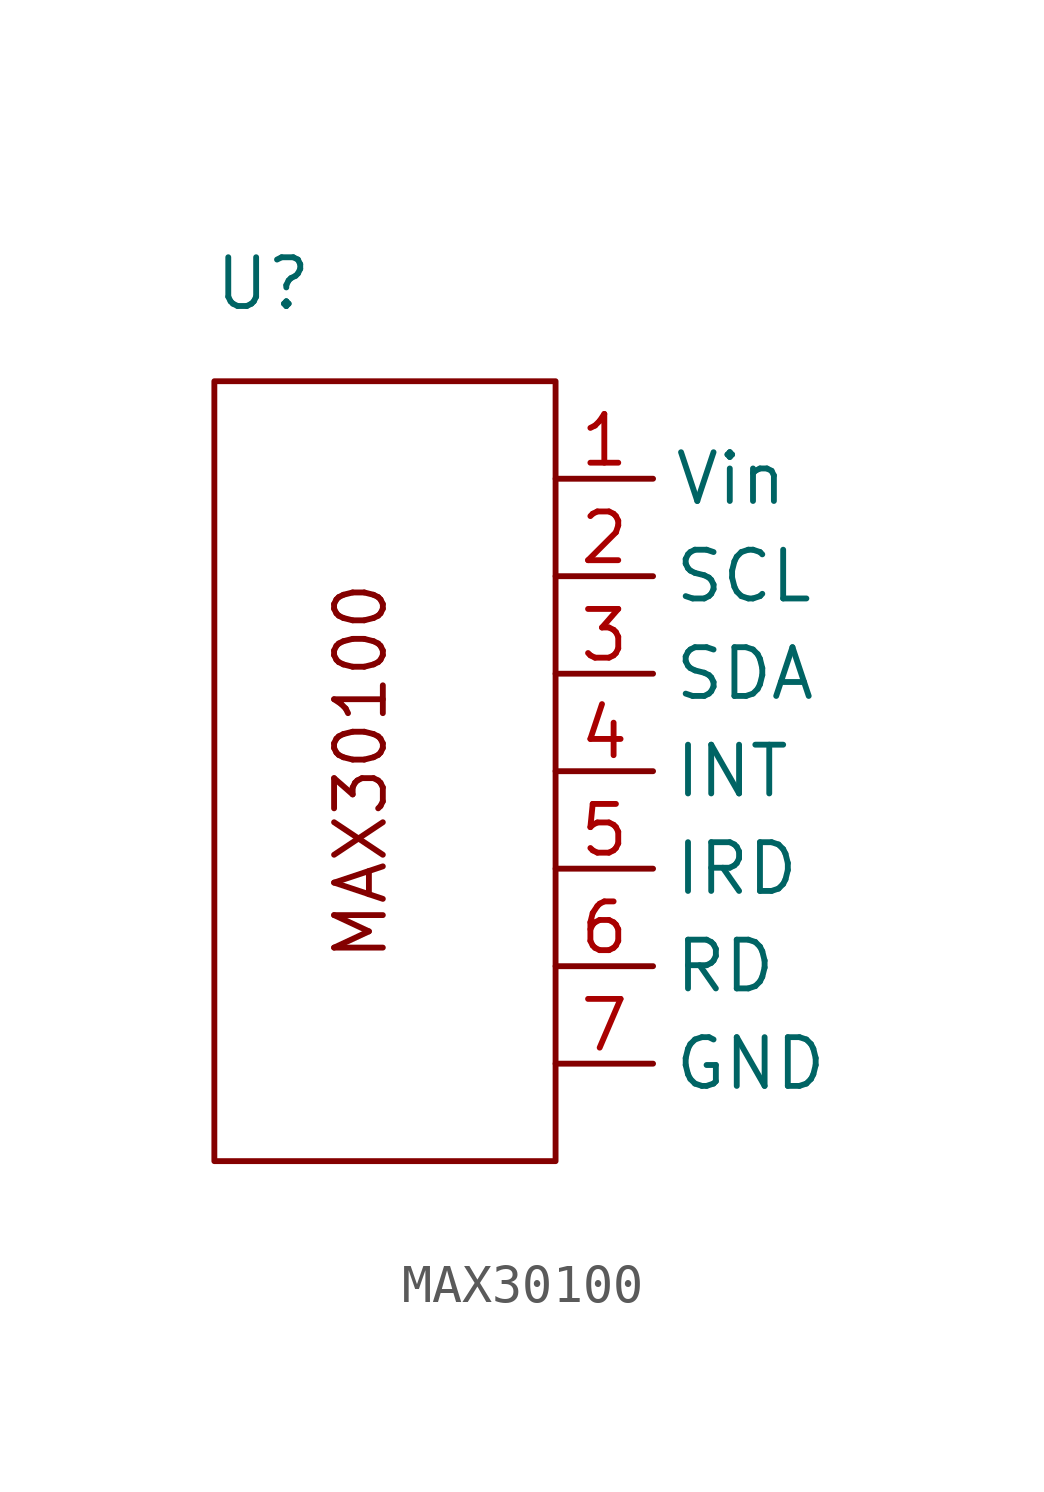
<source format=kicad_sym>
(kicad_symbol_lib
  (version 20220914)
  (generator kicad_symbol_editor)
  (symbol "MAX30100"
    (property "Reference" "U"
      (at -2.54 1.27 0)
      (effects (font (size 1.27 1.27))))
    (property "Value" ""
      (at 0 0 0)
      (effects (font (size 1.27 1.27))))
    (symbol "MAX30100_0_1"
      (rectangle (start -3.81 -1.27) (end 5.08 -21.59) (stroke (width 0) (type default)) (fill (type none))))
    (symbol "MAX30100_1_1"
      (text "MAX30100\n" (at 0 -11.43 900) (effects (font (size 1.27 1.27))))
      (pin power_in line (at 5.08 -3.81 0) (length 2.54) (name "Vin" (effects (font (size 1.27 1.27)))) (number "1" (effects (font (size 1.27 1.27)))))
      (pin bidirectional line (at 5.08 -6.35 0) (length 2.54) (name "SCL" (effects (font (size 1.27 1.27)))) (number "2" (effects (font (size 1.27 1.27)))))
      (pin bidirectional line (at 5.08 -8.89 0) (length 2.54) (name "SDA" (effects (font (size 1.27 1.27)))) (number "3" (effects (font (size 1.27 1.27)))))
      (pin bidirectional line (at 5.08 -11.43 0) (length 2.54) (name "INT" (effects (font (size 1.27 1.27)))) (number "4" (effects (font (size 1.27 1.27)))))
      (pin bidirectional line (at 5.08 -13.97 0) (length 2.54) (name "IRD" (effects (font (size 1.27 1.27)))) (number "5" (effects (font (size 1.27 1.27)))))
      (pin bidirectional line (at 5.08 -16.51 0) (length 2.54) (name "RD" (effects (font (size 1.27 1.27)))) (number "6" (effects (font (size 1.27 1.27)))))
      (pin bidirectional line (at 5.08 -19.05 0) (length 2.54) (name "GND" (effects (font (size 1.27 1.27)))) (number "7" (effects (font (size 1.27 1.27))))))))
</source>
